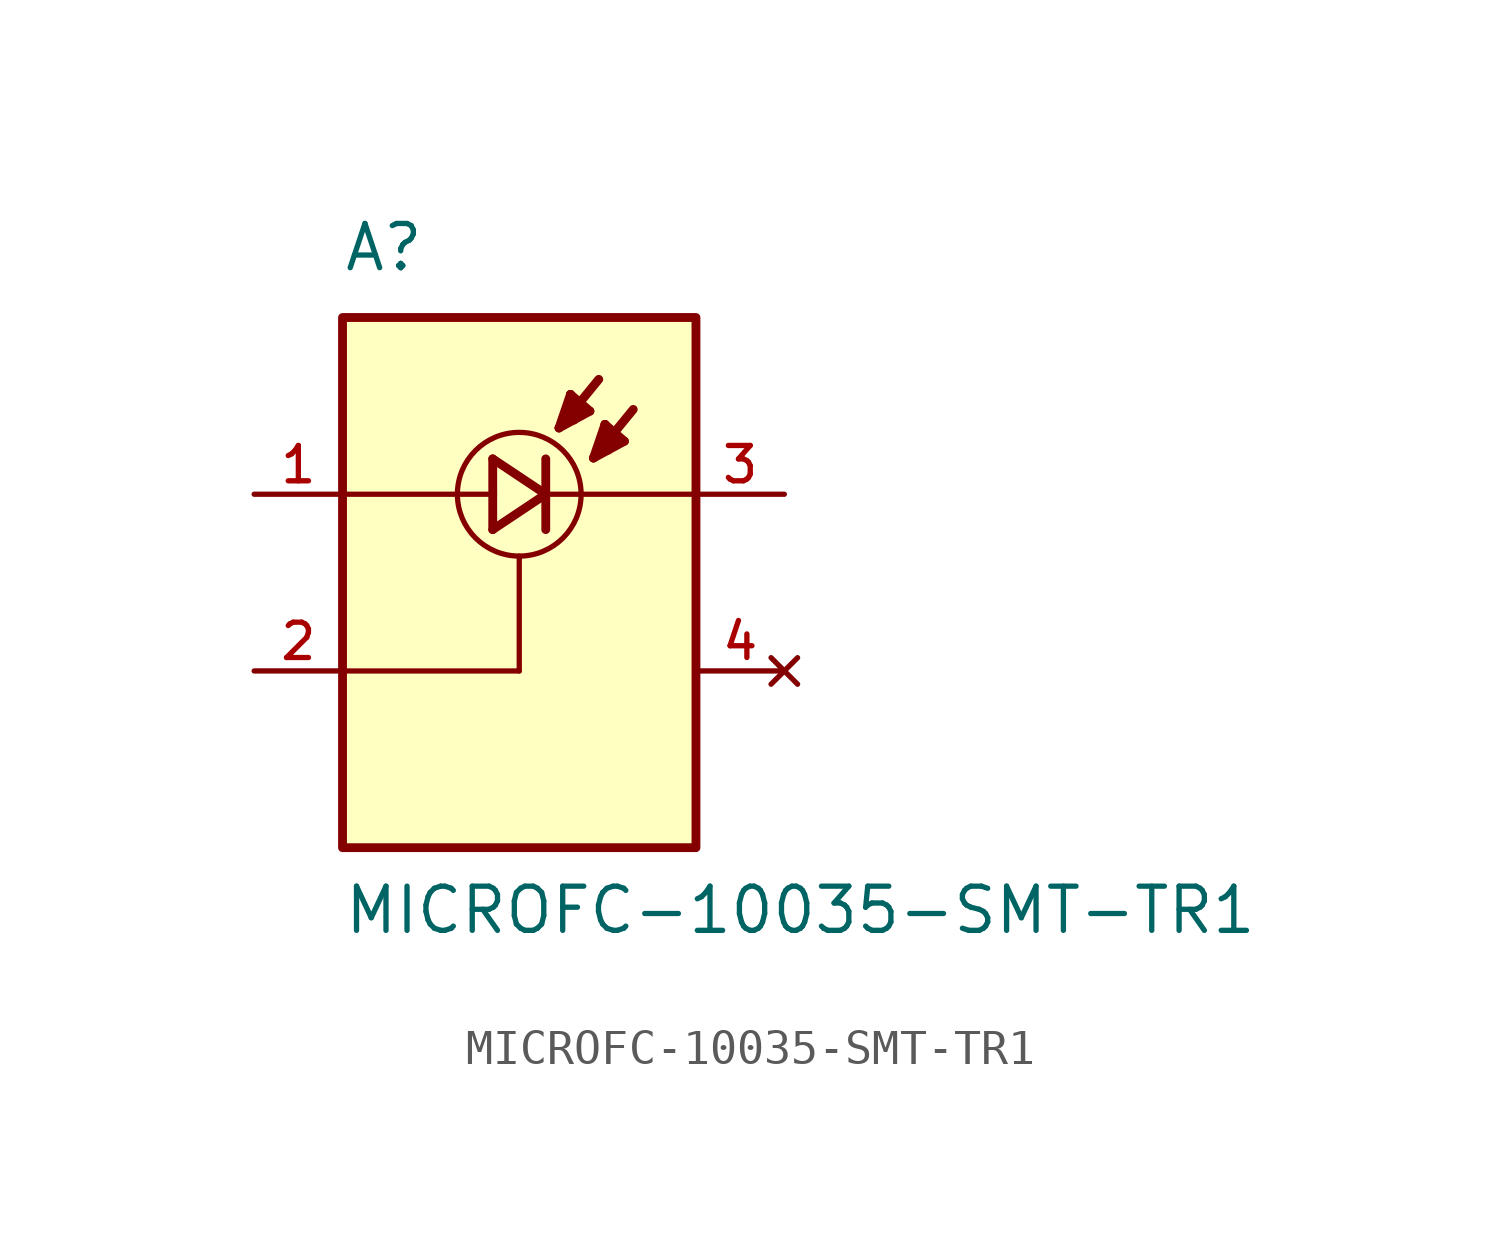
<source format=kicad_sym>
(kicad_symbol_lib
  (version 20211014)
  (generator kicad_symbol_editor)
  (symbol "MICROFC-10035-SMT-TR1"
    (pin_names
      (offset 1.016))
    (property "Reference" "A"
      (at -5.08 8.89 0)
      (effects (font (size 1.27 1.27)) (justify bottom left)))
    (property "Value" "MICROFC-10035-SMT-TR1"
      (at -5.08 -10.16 0)
      (effects (font (size 1.27 1.27)) (justify bottom left)))
    (symbol "MICROFC-10035-SMT-TR1_0_0"
      (polyline (pts (xy -0.762 3.556) (xy -0.762 2.54)) (stroke (width 0.254)))
      (polyline (pts (xy -0.762 2.54) (xy -0.762 1.524)) (stroke (width 0.254)))
      (polyline (pts (xy -0.762 1.524) (xy 0.762 2.54)) (stroke (width 0.254)))
      (polyline (pts (xy 0.762 2.54) (xy -0.762 3.556)) (stroke (width 0.254)))
      (polyline (pts (xy 0.762 3.556) (xy 0.762 2.54)) (stroke (width 0.254)))
      (polyline (pts (xy 0.762 2.54) (xy 0.762 1.524)) (stroke (width 0.254)))
      (polyline (pts (xy 1.143 4.445) (xy 2.286 5.842)) (stroke (width 0.254)))
      (polyline (pts (xy 1.473 5.41) (xy 2.032 4.928)) (stroke (width 0.254)))
      (polyline (pts (xy 2.032 4.928) (xy 1.143 4.445)) (stroke (width 0.254)))
      (polyline (pts (xy 1.143 4.445) (xy 1.473 5.41)) (stroke (width 0.254)))
      (polyline (pts (xy 1.473 5.41) (xy 1.448 4.674)) (stroke (width 0.254)))
      (polyline (pts (xy 1.448 4.674) (xy 1.575 4.674)) (stroke (width 0.254)))
      (polyline (pts (xy 1.854 5.004) (xy 1.626 4.851)) (stroke (width 0.254)))
      (polyline (pts (xy 2.134 3.581) (xy 3.277 4.978)) (stroke (width 0.254)))
      (polyline (pts (xy 2.464 4.547) (xy 3.023 4.064)) (stroke (width 0.254)))
      (polyline (pts (xy 3.023 4.064) (xy 2.134 3.581)) (stroke (width 0.254)))
      (polyline (pts (xy 2.134 3.581) (xy 2.464 4.547)) (stroke (width 0.254)))
      (polyline (pts (xy 2.464 4.547) (xy 2.438 3.81)) (stroke (width 0.254)))
      (polyline (pts (xy 2.438 3.81) (xy 2.565 3.81)) (stroke (width 0.254)))
      (polyline (pts (xy 2.845 4.14) (xy 2.616 3.988)) (stroke (width 0.254)))
      (polyline (pts (xy -5.08 2.54) (xy -0.762 2.54)) (stroke (width 0.152)))
      (polyline (pts (xy 0.762 2.54) (xy 5.08 2.54)) (stroke (width 0.152)))
      (circle (center 0.0 2.54) (radius 1.778) (stroke (width 0.152)) (fill (type none)))
      (polyline (pts (xy 0.0 0.762) (xy 0.0 -2.54)) (stroke (width 0.152)))
      (polyline (pts (xy 0.0 -2.54) (xy -5.08 -2.54)) (stroke (width 0.152)))
      (rectangle (start -5.08 -7.62) (end 5.08 7.62) (stroke (width 0.254)) (fill (type background)))
      (pin passive line (at 7.62 2.54 180.0) (length 2.54) (name "~" (effects (font (size 1.016 1.016)))) (number "3" (effects (font (size 1.016 1.016)))))
      (pin passive line (at -7.62 2.54 0) (length 2.54) (name "~" (effects (font (size 1.016 1.016)))) (number "1" (effects (font (size 1.016 1.016)))))
      (pin passive line (at -7.62 -2.54 0) (length 2.54) (name "~" (effects (font (size 1.016 1.016)))) (number "2" (effects (font (size 1.016 1.016)))))
      (pin no_connect line (at 7.62 -2.54 180.0) (length 2.54) (name "~" (effects (font (size 1.016 1.016)))) (number "4" (effects (font (size 1.016 1.016))))))))
</source>
